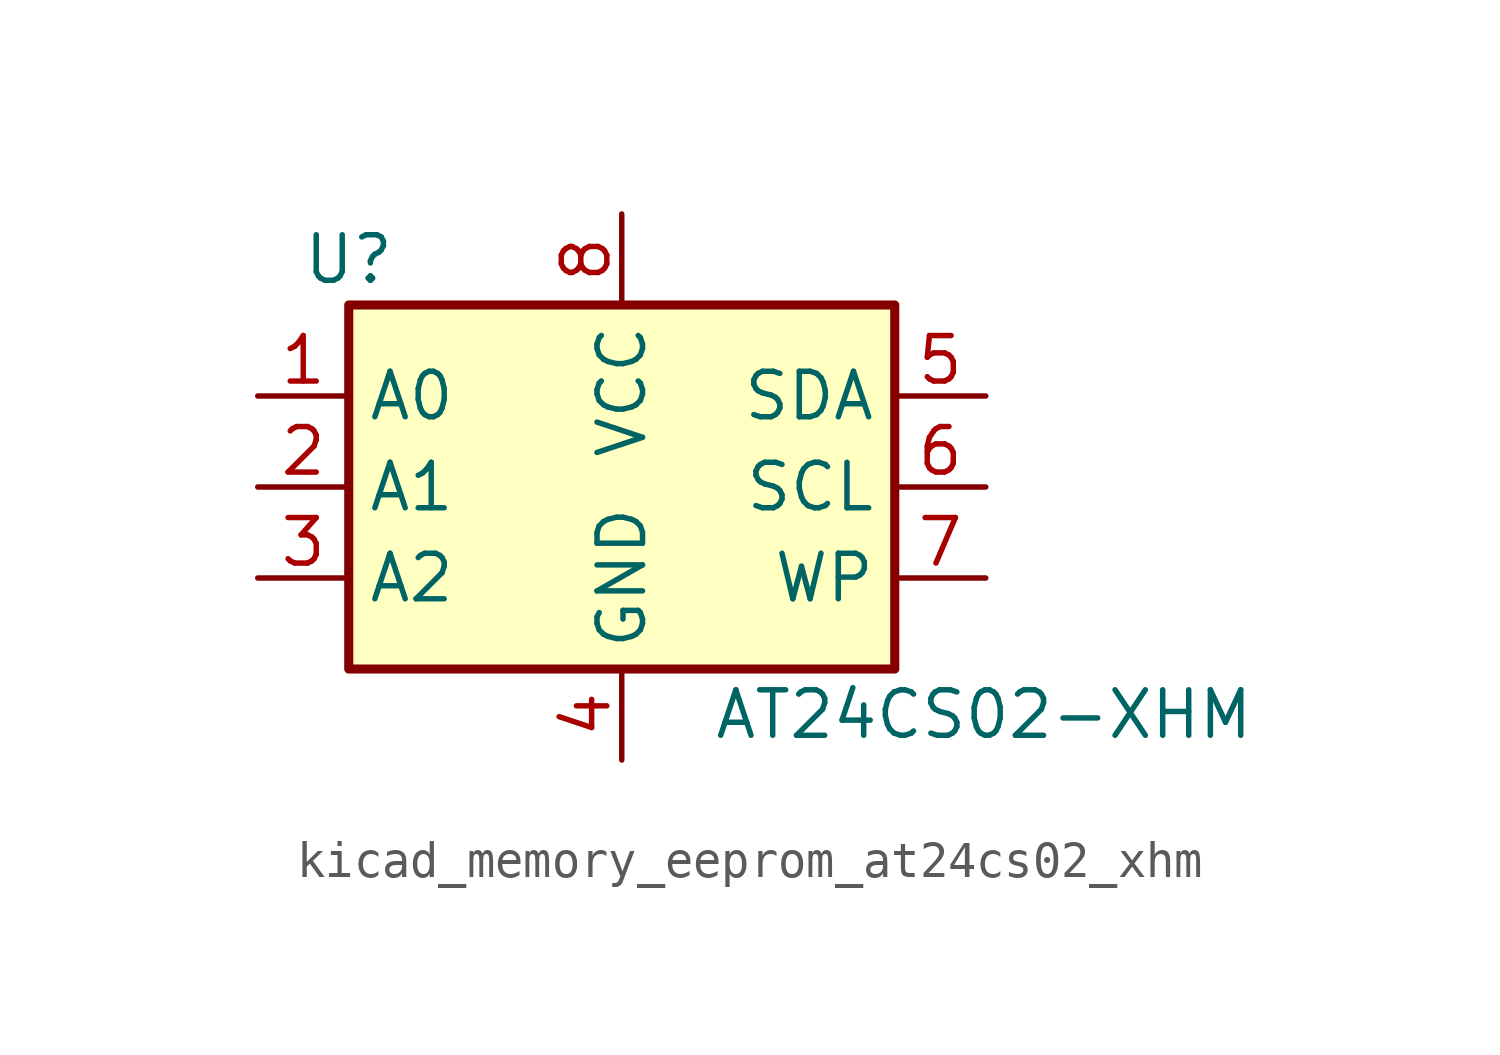
<source format=kicad_sym>
(kicad_symbol_lib
  (version 20220914)
  (generator kicad_symbol_editor)
  (symbol "kicad_memory_eeprom_at24cs02_xhm"
    (property "Reference" "U"
      (at -7.62 6.35 0)
      (effects (font (size 1.27 1.27))))
    (property "Value" "AT24CS02-XHM"
      (at 2.54 -6.35 0)
      (effects (font (size 1.27 1.27)) (justify left)))
    (symbol "kicad_memory_eeprom_at24cs02_xhm_1_1"
      (rectangle (start -7.62 5.08) (end 7.62 -5.08) (stroke (width 0.254) (type default)) (fill (type background)))
      (pin input line (at -10.16 2.54 0) (length 2.54) (name "A0" (effects (font (size 1.27 1.27)))) (number "1" (effects (font (size 1.27 1.27)))))
      (pin input line (at -10.16 0 0) (length 2.54) (name "A1" (effects (font (size 1.27 1.27)))) (number "2" (effects (font (size 1.27 1.27)))))
      (pin input line (at -10.16 -2.54 0) (length 2.54) (name "A2" (effects (font (size 1.27 1.27)))) (number "3" (effects (font (size 1.27 1.27)))))
      (pin power_in line (at 0 -7.62 90) (length 2.54) (name "GND" (effects (font (size 1.27 1.27)))) (number "4" (effects (font (size 1.27 1.27)))))
      (pin bidirectional line (at 10.16 2.54 180) (length 2.54) (name "SDA" (effects (font (size 1.27 1.27)))) (number "5" (effects (font (size 1.27 1.27)))))
      (pin input line (at 10.16 0 180) (length 2.54) (name "SCL" (effects (font (size 1.27 1.27)))) (number "6" (effects (font (size 1.27 1.27)))))
      (pin input line (at 10.16 -2.54 180) (length 2.54) (name "WP" (effects (font (size 1.27 1.27)))) (number "7" (effects (font (size 1.27 1.27)))))
      (pin power_in line (at 0 7.62 270) (length 2.54) (name "VCC" (effects (font (size 1.27 1.27)))) (number "8" (effects (font (size 1.27 1.27))))))))
</source>
